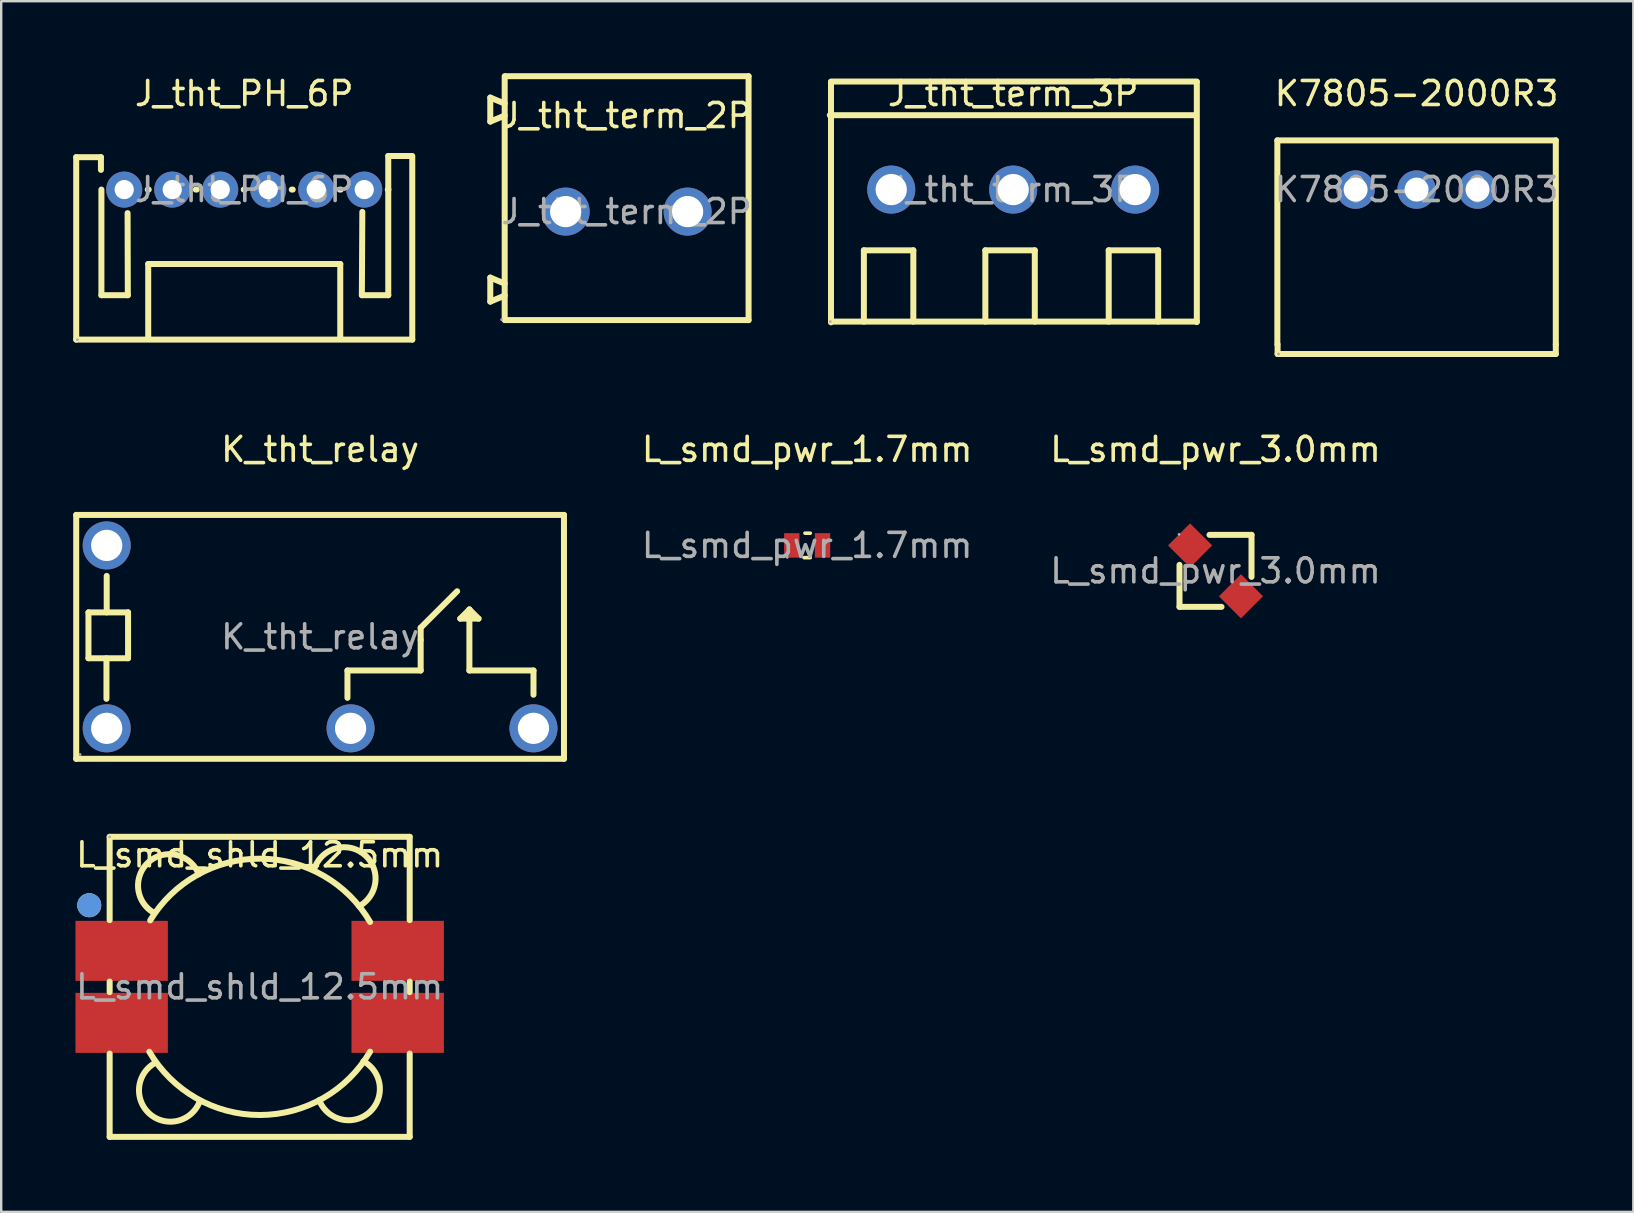
<source format=kicad_pcb>
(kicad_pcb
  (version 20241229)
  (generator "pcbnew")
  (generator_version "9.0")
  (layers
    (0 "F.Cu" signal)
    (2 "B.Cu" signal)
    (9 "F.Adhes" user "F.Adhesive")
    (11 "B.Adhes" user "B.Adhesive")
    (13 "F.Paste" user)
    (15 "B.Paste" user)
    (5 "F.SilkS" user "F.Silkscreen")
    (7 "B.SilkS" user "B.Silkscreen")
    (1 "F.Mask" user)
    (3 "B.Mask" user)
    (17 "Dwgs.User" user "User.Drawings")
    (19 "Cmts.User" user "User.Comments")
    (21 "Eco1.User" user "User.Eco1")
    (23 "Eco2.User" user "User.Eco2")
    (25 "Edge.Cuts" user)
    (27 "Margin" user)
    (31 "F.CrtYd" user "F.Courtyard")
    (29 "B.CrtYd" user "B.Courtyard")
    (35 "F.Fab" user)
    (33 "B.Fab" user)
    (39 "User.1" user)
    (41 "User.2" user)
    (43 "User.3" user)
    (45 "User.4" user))
  (footprint "J_tht_term_3P"
    (layer "F.Cu")
    (at 39.159 4.848)
    (property "Reference" "J_tht_term_3P" (at 0 -4 0) (layer "F.SilkS") (effects (font (size 1 1) (thickness 0.15))))
    (attr through_hole)
    (fp_line (start -7.59 5.53) (end -7.59 -4.47) (stroke (width 0.25) (type solid)) (layer "F.SilkS"))
    (fp_line (start -6.22 2.53) (end -6.22 5.5) (stroke (width 0.25) (type solid)) (layer "F.SilkS"))
    (fp_line (start -4.16 2.53) (end -6.22 2.53) (stroke (width 0.25) (type solid)) (layer "F.SilkS"))
    (fp_line (start -4.16 5.5) (end -4.16 2.53) (stroke (width 0.25) (type solid)) (layer "F.SilkS"))
    (fp_line (start -1.16 2.53) (end -1.16 5.5) (stroke (width 0.25) (type solid)) (layer "F.SilkS"))
    (fp_line (start 0.9 2.53) (end -1.16 2.53) (stroke (width 0.25) (type solid)) (layer "F.SilkS"))
    (fp_line (start 0.9 5.5) (end 0.9 2.53) (stroke (width 0.25) (type solid)) (layer "F.SilkS"))
    (fp_line (start 3.98 2.53) (end 3.98 5.5) (stroke (width 0.25) (type solid)) (layer "F.SilkS"))
    (fp_line (start 6.04 2.53) (end 3.98 2.53) (stroke (width 0.25) (type solid)) (layer "F.SilkS"))
    (fp_line (start 6.04 5.5) (end 6.04 2.53) (stroke (width 0.25) (type solid)) (layer "F.SilkS"))
    (fp_line (start 7.6 -3.1) (end -7.64 -3.1) (stroke (width 0.25) (type solid)) (layer "F.SilkS"))
    (fp_line (start 7.65 -4.5) (end -7.59 -4.5) (stroke (width 0.25) (type solid)) (layer "F.SilkS"))
    (fp_line (start 7.65 5.5) (end -7.59 5.5) (stroke (width 0.25) (type solid)) (layer "F.SilkS"))
    (fp_line (start 7.65 5.52) (end 7.65 -4.48) (stroke (width 0.25) (type solid)) (layer "F.SilkS"))
    (fp_circle (center -7.62 5.5) (end -7.59 5.5) (stroke (width 0.06) (type solid)) (fill no) (layer "F.Fab"))
    (fp_text user "${REFERENCE}" (at 0 0 0) (layer "F.Fab") (effects (font (size 1 1) (thickness 0.15))))
    (pad "1" thru_hole circle (at -5.08 0 180) (size 2 2) (drill 1.3) (layers "*.Cu" "*.Mask"))
    (pad "2" thru_hole circle (at 0 0 180) (size 2 2) (drill 1.3) (layers "*.Cu" "*.Mask"))
    (pad "3" thru_hole circle (at 5.08 0 180) (size 2 2) (drill 1.3) (layers "*.Cu" "*.Mask")))
  (footprint "K7805-2000R3"
    (layer "F.Cu")
    (at 55.964 4.848)
    (property "Reference" "K7805-2000R3" (at 0 -4 0) (layer "F.SilkS") (effects (font (size 1 1) (thickness 0.15))))
    (attr through_hole)
    (fp_line (start -5.8 -2.05) (end -5.8 6.45) (stroke (width 0.25) (type solid)) (layer "F.SilkS"))
    (fp_line (start -5.79 6.45) (end -5.79 6.85) (stroke (width 0.25) (type solid)) (layer "F.SilkS"))
    (fp_line (start -5.79 6.85) (end 5.8 6.85) (stroke (width 0.25) (type solid)) (layer "F.SilkS"))
    (fp_line (start 5.8 -2.05) (end -5.8 -2.05) (stroke (width 0.25) (type solid)) (layer "F.SilkS"))
    (fp_line (start 5.8 -2.05) (end 5.8 6.45) (stroke (width 0.25) (type solid)) (layer "F.SilkS"))
    (fp_line (start 5.8 6.85) (end 5.8 6.45) (stroke (width 0.25) (type solid)) (layer "F.SilkS"))
    (fp_circle (center -5.75 6.85) (end -5.72 6.85) (stroke (width 0.06) (type solid)) (fill no) (layer "F.Fab"))
    (fp_text user "${REFERENCE}" (at 0 0 0) (layer "F.Fab") (effects (font (size 1 1) (thickness 0.15))))
    (pad "1" thru_hole circle (at -2.54 0 180) (size 1.6 1.6) (drill 1) (layers "*.Cu" "*.Mask"))
    (pad "2" thru_hole circle (at 0 0 180) (size 1.6 1.6) (drill 1) (layers "*.Cu" "*.Mask"))
    (pad "3" thru_hole circle (at 2.54 0 180) (size 1.6 1.6) (drill 1) (layers "*.Cu" "*.Mask")))
  (footprint "L_smd_pwr_3.0mm"
    (layer "F.Cu")
    (at 47.588 20.732)
    (property "Reference" "L_smd_pwr_3.0mm" (at 0 -5.06 0) (layer "F.SilkS") (effects (font (size 1 1) (thickness 0.15))))
    (attr smd)
    (fp_line (start -1.5 1.5) (end -1.5 -0.25) (stroke (width 0.25) (type solid)) (layer "F.SilkS"))
    (fp_line (start -0.25 -1.5) (end 1.5 -1.5) (stroke (width 0.25) (type solid)) (layer "F.SilkS"))
    (fp_line (start 0.25 1.5) (end -1.5 1.5) (stroke (width 0.25) (type solid)) (layer "F.SilkS"))
    (fp_line (start 1.5 -1.5) (end 1.5 0.25) (stroke (width 0.25) (type solid)) (layer "F.SilkS"))
    (fp_circle (center -1.52 -1.52) (end -1.49 -1.52) (stroke (width 0.06) (type solid)) (fill no) (layer "F.Fab"))
    (fp_text user "${REFERENCE}" (at 0 0 0) (layer "F.Fab") (effects (font (size 1 1) (thickness 0.15))))
    (pad "1" smd rect (at -1.06 -1.06 45) (size 1.3 1.3) (layers "F.Cu" "F.Mask" "F.Paste"))
    (pad "2" smd rect (at 1.06 1.06 45) (size 1.3 1.3) (layers "F.Cu" "F.Mask" "F.Paste")))
  (footprint "L_smd_shld_12.5mm"
    (layer "F.Cu")
    (at 7.768 38.062)
    (property "Reference" "L_smd_shld_12.5mm" (at 0 -5.5 0) (layer "F.SilkS") (effects (font (size 1 1) (thickness 0.15))))
    (attr smd)
    (fp_line (start -6.25 -6.25) (end 6.25 -6.25) (stroke (width 0.25) (type solid)) (layer "F.SilkS"))
    (fp_line (start -6.25 -2.78) (end -6.25 -6.25) (stroke (width 0.25) (type solid)) (layer "F.SilkS"))
    (fp_line (start -6.25 0.22) (end -6.25 -0.22) (stroke (width 0.25) (type solid)) (layer "F.SilkS"))
    (fp_line (start -6.25 6.25) (end -6.25 2.78) (stroke (width 0.25) (type solid)) (layer "F.SilkS"))
    (fp_line (start 6.25 -6.25) (end 6.25 -2.78) (stroke (width 0.25) (type solid)) (layer "F.SilkS"))
    (fp_line (start 6.25 -0.22) (end 6.25 0.22) (stroke (width 0.25) (type solid)) (layer "F.SilkS"))
    (fp_line (start 6.25 2.78) (end 6.25 6.25) (stroke (width 0.25) (type solid)) (layer "F.SilkS"))
    (fp_line (start 6.25 6.25) (end -6.25 6.25) (stroke (width 0.25) (type solid)) (layer "F.SilkS"))
    (fp_arc (start -4.56 -2.77) (mid 0.039535 -5.340069) (end 4.60044 -2.702054) (stroke (width 0.25) (type solid)) (layer "F.SilkS"))
    (fp_arc (start -4.384861 -3.071589) (mid -4.622184 -5.202822) (end -2.54 -4.69) (stroke (width 0.25) (type solid)) (layer "F.SilkS"))
    (fp_arc (start -2.5 4.78) (mid -4.582184 5.292822) (end -4.344861 3.161589) (stroke (width 0.25) (type solid)) (layer "F.SilkS"))
    (fp_arc (start 2.3 -4.98) (mid 4.382184 -5.492822) (end 4.144861 -3.361589) (stroke (width 0.25) (type solid)) (layer "F.SilkS"))
    (fp_arc (start 4.324861 3.101589) (mid 4.562184 5.232822) (end 2.48 4.72) (stroke (width 0.25) (type solid)) (layer "F.SilkS"))
    (fp_arc (start 4.6 2.7) (mid 0.002013 5.338799) (end -4.597966 2.703475) (stroke (width 0.25) (type solid)) (layer "F.SilkS"))
    (fp_circle (center -7.1 -3.4) (end -6.85 -3.4) (stroke (width 0.5) (type solid)) (fill no) (layer "F.SilkS"))
    (fp_circle (center -7.1 -3.4) (end -6.85 -3.4) (stroke (width 0.5) (type solid)) (fill no) (layer "Cmts.User"))
    (fp_circle (center -6.25 -6.25) (end -6.22 -6.25) (stroke (width 0.06) (type solid)) (fill no) (layer "F.Fab"))
    (fp_text user "${REFERENCE}" (at 0 0 0) (layer "F.Fab") (effects (font (size 1 1) (thickness 0.15))))
    (pad "1" smd rect (at -5.75 -1.5) (size 3.85 2.5) (layers "F.Cu" "F.Mask" "F.Paste"))
    (pad "2" smd rect (at -5.75 1.5) (size 3.85 2.5) (layers "F.Cu" "F.Mask" "F.Paste"))
    (pad "3" smd rect (at 5.75 1.5) (size 3.85 2.5) (layers "F.Cu" "F.Mask" "F.Paste"))
    (pad "4" smd rect (at 5.75 -1.5) (size 3.85 2.5) (layers "F.Cu" "F.Mask" "F.Paste")))
  (footprint "L_smd_pwr_1.7mm"
    (layer "F.Cu")
    (at 30.576 19.672)
    (property "Reference" "L_smd_pwr_1.7mm" (at 0 -4 0) (layer "F.SilkS") (effects (font (size 1 1) (thickness 0.15))))
    (attr smd)
    (fp_line (start -0.13 0.51) (end 0.13 0.51) (stroke (width 0.15) (type solid)) (layer "F.SilkS"))
    (fp_line (start -0.09 -0.51) (end 0.13 -0.51) (stroke (width 0.15) (type solid)) (layer "F.SilkS"))
    (fp_circle (center -0.83 0.5) (end -0.8 0.5) (stroke (width 0.06) (type solid)) (fill no) (layer "F.Fab"))
    (fp_text user "${REFERENCE}" (at 0 0 0) (layer "F.Fab") (effects (font (size 1 1) (thickness 0.15))))
    (pad "1" smd rect (at -0.64 0) (size 0.64 1.02) (layers "F.Cu" "F.Mask" "F.Paste"))
    (pad "2" smd rect (at 0.64 0) (size 0.64 1.02) (layers "F.Cu" "F.Mask" "F.Paste")))
  (footprint "K_tht_relay"
    (layer "F.Cu")
    (at 10.285 23.482)
    (property "Reference" "K_tht_relay" (at 0 -7.81 0) (layer "F.SilkS") (effects (font (size 1 1) (thickness 0.15))))
    (attr through_hole)
    (fp_line (start -10.16 -5.08) (end 10.16 -5.08) (stroke (width 0.25) (type solid)) (layer "F.SilkS"))
    (fp_line (start -10.16 5.08) (end -10.16 -5.08) (stroke (width 0.25) (type solid)) (layer "F.SilkS"))
    (fp_line (start -9.65 -1.02) (end -8 -1.02) (stroke (width 0.25) (type solid)) (layer "F.SilkS"))
    (fp_line (start -9.65 0.89) (end -9.65 -1.02) (stroke (width 0.25) (type solid)) (layer "F.SilkS"))
    (fp_line (start -8.9 0.89) (end -8.9 2.58) (stroke (width 0.25) (type solid)) (layer "F.SilkS"))
    (fp_line (start -8.89 -2.54) (end -8.89 -1.02) (stroke (width 0.25) (type solid)) (layer "F.SilkS"))
    (fp_line (start -8 -1.02) (end -8 0.89) (stroke (width 0.25) (type solid)) (layer "F.SilkS"))
    (fp_line (start -8 0.89) (end -9.65 0.89) (stroke (width 0.25) (type solid)) (layer "F.SilkS"))
    (fp_line (start 1.14 1.4) (end 4.19 1.4) (stroke (width 0.25) (type solid)) (layer "F.SilkS"))
    (fp_line (start 1.14 2.54) (end 1.14 1.4) (stroke (width 0.25) (type solid)) (layer "F.SilkS"))
    (fp_line (start 4.19 -0.38) (end 5.71 -1.9) (stroke (width 0.25) (type solid)) (layer "F.SilkS"))
    (fp_line (start 4.19 0.13) (end 4.19 -0.38) (stroke (width 0.25) (type solid)) (layer "F.SilkS"))
    (fp_line (start 4.19 1.4) (end 4.19 0.13) (stroke (width 0.25) (type solid)) (layer "F.SilkS"))
    (fp_line (start 5.84 -0.76) (end 6.6 -0.76) (stroke (width 0.25) (type solid)) (layer "F.SilkS"))
    (fp_line (start 6.22 -1.14) (end 5.84 -0.76) (stroke (width 0.25) (type solid)) (layer "F.SilkS"))
    (fp_line (start 6.22 1.4) (end 6.22 -1.14) (stroke (width 0.25) (type solid)) (layer "F.SilkS"))
    (fp_line (start 6.6 -0.76) (end 6.22 -1.14) (stroke (width 0.25) (type solid)) (layer "F.SilkS"))
    (fp_line (start 8.89 1.4) (end 6.22 1.4) (stroke (width 0.25) (type solid)) (layer "F.SilkS"))
    (fp_line (start 8.89 2.41) (end 8.89 1.4) (stroke (width 0.25) (type solid)) (layer "F.SilkS"))
    (fp_line (start 10.16 -5.08) (end 10.16 5.08) (stroke (width 0.25) (type solid)) (layer "F.SilkS"))
    (fp_line (start 10.16 5.08) (end -10.16 5.08) (stroke (width 0.25) (type solid)) (layer "F.SilkS"))
    (fp_circle (center -10 4.9) (end -9.97 4.9) (stroke (width 0.06) (type solid)) (fill no) (layer "F.Fab"))
    (fp_text user "${REFERENCE}" (at 0 0 0) (layer "F.Fab") (effects (font (size 1 1) (thickness 0.15))))
    (pad "1" thru_hole circle (at -8.89 3.81) (size 2 2) (drill 1.3) (layers "*.Cu" "*.Mask"))
    (pad "3" thru_hole circle (at 1.27 3.81) (size 2 2) (drill 1.3) (layers "*.Cu" "*.Mask"))
    (pad "4" thru_hole circle (at 8.89 3.81) (size 2 2) (drill 1.3) (layers "*.Cu" "*.Mask"))
    (pad "6" thru_hole circle (at -8.89 -3.81) (size 2 2) (drill 1.3) (layers "*.Cu" "*.Mask")))
  (footprint "J_tht_term_2P"
    (layer "F.Cu")
    (at 23.055 5.765)
    (property "Reference" "J_tht_term_2P" (at 0 -4 0) (layer "F.SilkS") (effects (font (size 1 1) (thickness 0.15))))
    (attr through_hole)
    (fp_line (start -5.68 -4.75) (end -5.68 -3.75) (stroke (width 0.25) (type solid)) (layer "F.SilkS"))
    (fp_line (start -5.68 -3.75) (end -5.08 -4) (stroke (width 0.25) (type solid)) (layer "F.SilkS"))
    (fp_line (start -5.68 2.75) (end -5.68 3.75) (stroke (width 0.25) (type solid)) (layer "F.SilkS"))
    (fp_line (start -5.68 3.75) (end -5.08 3.5) (stroke (width 0.25) (type solid)) (layer "F.SilkS"))
    (fp_line (start -5.08 -4.5) (end -5.68 -4.75) (stroke (width 0.25) (type solid)) (layer "F.SilkS"))
    (fp_line (start -5.08 3) (end -5.68 2.75) (stroke (width 0.25) (type solid)) (layer "F.SilkS"))
    (fp_line (start -5.08 4.52) (end -5.08 -5.64) (stroke (width 0.25) (type solid)) (layer "F.SilkS"))
    (fp_line (start 5.08 -5.64) (end -5.05 -5.64) (stroke (width 0.25) (type solid)) (layer "F.SilkS"))
    (fp_line (start 5.08 4.52) (end -5.05 4.52) (stroke (width 0.25) (type solid)) (layer "F.SilkS"))
    (fp_line (start 5.08 4.52) (end 5.08 -5.64) (stroke (width 0.25) (type solid)) (layer "F.SilkS"))
    (fp_circle (center -5.21 4.5) (end -5.18 4.5) (stroke (width 0.06) (type solid)) (fill no) (layer "F.Fab"))
    (fp_circle (center -2.54 0) (end -2.26 0) (stroke (width 0.55) (type solid)) (fill no) (layer "F.Fab"))
    (fp_circle (center 2.54 0) (end 2.82 0) (stroke (width 0.55) (type solid)) (fill no) (layer "F.Fab"))
    (fp_text user "${REFERENCE}" (at 0 0 0) (layer "F.Fab") (effects (font (size 1 1) (thickness 0.15))))
    (pad "1" thru_hole circle (at -2.54 0 180) (size 2 2) (drill 1.3) (layers "*.Cu" "*.Mask"))
    (pad "2" thru_hole circle (at 2.54 0 180) (size 2 2) (drill 1.3) (layers "*.Cu" "*.Mask")))
  (footprint "J_tht_PH_6P"
    (layer "F.Cu")
    (at 7.125 4.848)
    (property "Reference" "J_tht_PH_6P" (at 0 -4 0) (layer "F.SilkS") (effects (font (size 1 1) (thickness 0.15))))
    (attr through_hole)
    (fp_line (start -7 -1.35) (end -5.97 -1.35) (stroke (width 0.25) (type solid)) (layer "F.SilkS"))
    (fp_line (start -7 6.25) (end -7 -1.35) (stroke (width 0.25) (type solid)) (layer "F.SilkS"))
    (fp_line (start -5.97 -1.35) (end -5.97 -0.82) (stroke (width 0.25) (type solid)) (layer "F.SilkS"))
    (fp_line (start -5.95 4.4) (end -5.95 0) (stroke (width 0.25) (type solid)) (layer "F.SilkS"))
    (fp_line (start -4.86 0.98) (end -4.85 4.4) (stroke (width 0.25) (type solid)) (layer "F.SilkS"))
    (fp_line (start -4.85 4.4) (end -5.95 4.4) (stroke (width 0.25) (type solid)) (layer "F.SilkS"))
    (fp_line (start -4.02 0) (end -3.98 0) (stroke (width 0.25) (type solid)) (layer "F.SilkS"))
    (fp_line (start -4 3.1) (end -4 6.2) (stroke (width 0.25) (type solid)) (layer "F.SilkS"))
    (fp_line (start -2.02 0) (end -1.98 0) (stroke (width 0.25) (type solid)) (layer "F.SilkS"))
    (fp_line (start -0.02 0) (end 0.02 0) (stroke (width 0.25) (type solid)) (layer "F.SilkS"))
    (fp_line (start 1.98 0) (end 2.02 0) (stroke (width 0.25) (type solid)) (layer "F.SilkS"))
    (fp_line (start 3.98 0) (end 4.02 0) (stroke (width 0.25) (type solid)) (layer "F.SilkS"))
    (fp_line (start 4 3.1) (end -4 3.1) (stroke (width 0.25) (type solid)) (layer "F.SilkS"))
    (fp_line (start 4 6.2) (end 4 3.1) (stroke (width 0.25) (type solid)) (layer "F.SilkS"))
    (fp_line (start 4.9 4.4) (end 4.92 0.93) (stroke (width 0.25) (type solid)) (layer "F.SilkS"))
    (fp_line (start 5.98 0) (end 6 0) (stroke (width 0.25) (type solid)) (layer "F.SilkS"))
    (fp_line (start 6 -1.4) (end 7 -1.4) (stroke (width 0.25) (type solid)) (layer "F.SilkS"))
    (fp_line (start 6 0) (end 6 -1.4) (stroke (width 0.25) (type solid)) (layer "F.SilkS"))
    (fp_line (start 6 0) (end 6 4.4) (stroke (width 0.25) (type solid)) (layer "F.SilkS"))
    (fp_line (start 6 4.4) (end 4.9 4.4) (stroke (width 0.25) (type solid)) (layer "F.SilkS"))
    (fp_line (start 7 -1.35) (end 7 6.25) (stroke (width 0.25) (type solid)) (layer "F.SilkS"))
    (fp_line (start 7 6.25) (end -7 6.25) (stroke (width 0.25) (type solid)) (layer "F.SilkS"))
    (fp_circle (center -6.95 6.25) (end -6.92 6.25) (stroke (width 0.06) (type solid)) (fill no) (layer "F.Fab"))
    (fp_text user "${REFERENCE}" (at 0 0 0) (layer "F.Fab") (effects (font (size 1 1) (thickness 0.15))))
    (pad "1" thru_hole circle (at -5 0 180) (size 1.5 1.5) (drill 0.8) (layers "*.Cu" "*.Mask"))
    (pad "2" thru_hole circle (at -3 0 180) (size 1.5 1.5) (drill 0.8) (layers "*.Cu" "*.Mask"))
    (pad "3" thru_hole circle (at -1 0 180) (size 1.5 1.5) (drill 0.8) (layers "*.Cu" "*.Mask"))
    (pad "4" thru_hole circle (at 1 0 180) (size 1.5 1.5) (drill 0.8) (layers "*.Cu" "*.Mask"))
    (pad "5" thru_hole circle (at 3 0 180) (size 1.5 1.5) (drill 0.8) (layers "*.Cu" "*.Mask"))
    (pad "6" thru_hole circle (at 5 0 180) (size 1.5 1.5) (drill 0.8) (layers "*.Cu" "*.Mask")))
  (gr_rect
    (start -3 -3)
    (end 64.994 47.437)
    (stroke (width 0.1) (type default))
    (fill no)
    (layer "Edge.Cuts")))
</source>
